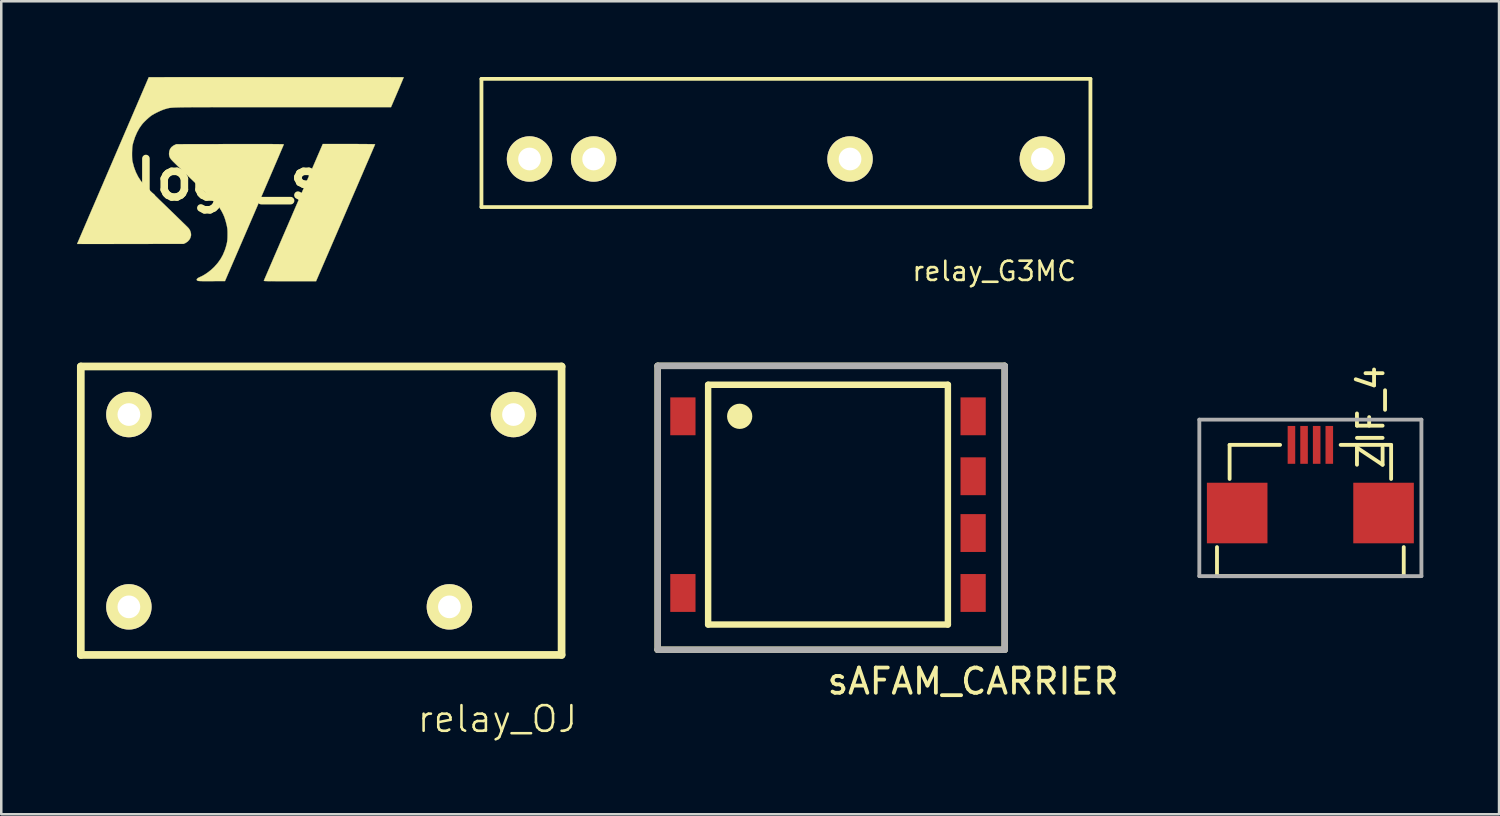
<source format=kicad_pcb>
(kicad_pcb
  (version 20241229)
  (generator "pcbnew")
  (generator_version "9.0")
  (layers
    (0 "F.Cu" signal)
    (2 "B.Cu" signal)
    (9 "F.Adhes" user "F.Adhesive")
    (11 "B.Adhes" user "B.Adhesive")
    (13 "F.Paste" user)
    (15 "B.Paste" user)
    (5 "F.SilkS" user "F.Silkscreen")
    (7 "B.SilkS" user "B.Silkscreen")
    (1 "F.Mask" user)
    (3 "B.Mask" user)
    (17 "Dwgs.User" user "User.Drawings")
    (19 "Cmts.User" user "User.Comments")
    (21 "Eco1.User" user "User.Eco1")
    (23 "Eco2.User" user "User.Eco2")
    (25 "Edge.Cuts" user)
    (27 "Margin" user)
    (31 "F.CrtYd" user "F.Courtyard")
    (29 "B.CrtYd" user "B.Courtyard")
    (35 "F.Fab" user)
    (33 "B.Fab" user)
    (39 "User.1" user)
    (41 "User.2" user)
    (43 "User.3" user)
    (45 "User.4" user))
  (footprint "sAFAM_CARRIER"
    (layer "F.Cu")
    (at 24.759 11.946)
    (property "Reference" "sAFAM_CARRIER" (at 10.75 12 0) (layer "F.SilkS") (effects (font (size 1 1) (thickness 0.15))))
    (attr smd)
    (fp_line (start -1.75 -0.5) (end 12 -0.5) (stroke (width 0.254) (type solid)) (layer "F.SilkS"))
    (fp_line (start -1.75 10.75) (end -1.75 -0.5) (stroke (width 0.254) (type solid)) (layer "F.SilkS"))
    (fp_line (start 0.25 0.25) (end 0.25 9.75) (stroke (width 0.254) (type solid)) (layer "F.SilkS"))
    (fp_line (start 0.25 0.25) (end 9.75 0.25) (stroke (width 0.254) (type solid)) (layer "F.SilkS"))
    (fp_line (start 0.25 9.75) (end 9.75 9.75) (stroke (width 0.254) (type solid)) (layer "F.SilkS"))
    (fp_line (start 9.75 0.25) (end 9.75 9.75) (stroke (width 0.254) (type solid)) (layer "F.SilkS"))
    (fp_line (start 12 -0.5) (end 12 10.75) (stroke (width 0.254) (type solid)) (layer "F.SilkS"))
    (fp_line (start 12 10.75) (end -1.75 10.75) (stroke (width 0.254) (type solid)) (layer "F.SilkS"))
    (fp_circle (center 1.5 1.5) (end 1.75 1.5) (stroke (width 0.5) (type solid)) (fill no) (layer "F.SilkS"))
    (fp_line (start -1.75 -0.5) (end 12 -0.5) (stroke (width 0.254) (type solid)) (layer "F.Fab"))
    (fp_line (start -1.75 10.75) (end -1.75 -0.5) (stroke (width 0.254) (type solid)) (layer "F.Fab"))
    (fp_line (start 12 -0.5) (end 12 10.75) (stroke (width 0.254) (type solid)) (layer "F.Fab"))
    (fp_line (start 12 10.75) (end -1.75 10.75) (stroke (width 0.254) (type solid)) (layer "F.Fab"))
    (pad "1" smd rect (at -0.75 1.5) (size 1 1.5) (layers "F.Cu" "F.Mask" "F.Paste"))
    (pad "2" smd rect (at -0.75 8.5) (size 1 1.5) (layers "F.Cu" "F.Mask" "F.Paste"))
    (pad "3" smd rect (at 10.75 8.5) (size 1 1.5) (layers "F.Cu" "F.Mask" "F.Paste"))
    (pad "4" smd rect (at 10.75 6.125) (size 1 1.5) (layers "F.Cu" "F.Mask" "F.Paste"))
    (pad "5" smd rect (at 10.75 3.875) (size 1 1.5) (layers "F.Cu" "F.Mask" "F.Paste"))
    (pad "6" smd rect (at 10.75 1.5) (size 1 1.5) (layers "F.Cu" "F.Mask" "F.Paste")))
  (footprint "relay_OJ"
    (layer "F.Cu")
    (at 9.042 17.821)
    (property "Reference" "relay_OJ" (at 7.62 7.62 0) (layer "F.SilkS") (effects (font (size 1.016 1.016) (thickness 0.102))))
    (attr through_hole)
    (fp_line (start -8.89 5.08) (end -8.89 -6.35) (stroke (width 0.305) (type solid)) (layer "F.SilkS"))
    (fp_line (start -8.89 5.08) (end 10.16 5.08) (stroke (width 0.305) (type solid)) (layer "F.SilkS"))
    (fp_line (start 10.16 -6.35) (end -8.89 -6.35) (stroke (width 0.305) (type solid)) (layer "F.SilkS"))
    (fp_line (start 10.16 5.08) (end 10.16 -6.35) (stroke (width 0.305) (type solid)) (layer "F.SilkS"))
    (pad "1" thru_hole circle (at -6.985 -4.445) (size 1.8 1.8) (drill 0.9) (layers "*.Cu" "*.Mask" "F.SilkS"))
    (pad "2" thru_hole circle (at -6.985 3.175) (size 1.8 1.8) (drill 0.9) (layers "*.Cu" "*.Mask" "F.SilkS"))
    (pad "3" thru_hole circle (at 5.715 3.175) (size 1.8 1.8) (drill 0.9) (layers "*.Cu" "*.Mask" "F.SilkS"))
    (pad "4" thru_hole circle (at 8.255 -4.445) (size 1.8 1.8) (drill 0.9) (layers "*.Cu" "*.Mask" "F.SilkS")))
  (footprint "logo_st"
    (layer "F.Cu")
    (at 6.469 4.066)
    (property "Reference" "logo_st" (at 0 0 0) (layer "F.SilkS") (effects (font (size 1.524 1.524) (thickness 0.3))))
    (attr through_hole)
    (fp_poly (pts (xy 4.498 -1.41) (xy 4.67 -1.409) (xy 4.825 -1.408) (xy 4.962 -1.407) (xy 5.08 -1.406) (xy 5.178 -1.405) (xy 5.254 -1.403) (xy 5.308 -1.402) (xy 5.338 -1.4) (xy 5.345 -1.398) (xy 5.339 -1.385) (xy 5.324 -1.35) (xy 5.3 -1.294) (xy 5.267 -1.218) (xy 5.226 -1.122) (xy 5.177 -1.009) (xy 5.121 -0.878) (xy 5.057 -0.731) (xy 4.987 -0.569) (xy 4.911 -0.393) (xy 4.83 -0.203) (xy 4.743 -0.002) (xy 4.652 0.21) (xy 4.556 0.432) (xy 4.456 0.662) (xy 4.353 0.901) (xy 4.247 1.147) (xy 4.173 1.32) (xy 3.005 4.026) (xy 1.966 4.026) (xy 1.78 4.026) (xy 1.617 4.026) (xy 1.476 4.026) (xy 1.356 4.025) (xy 1.255 4.025) (xy 1.172 4.024) (xy 1.104 4.023) (xy 1.05 4.022) (xy 1.009 4.021) (xy 0.979 4.019) (xy 0.958 4.017) (xy 0.945 4.014) (xy 0.938 4.011) (xy 0.936 4.007) (xy 0.937 4.003) (xy 0.937 4.002) (xy 0.943 3.989) (xy 0.958 3.953) (xy 0.983 3.895) (xy 1.016 3.818) (xy 1.058 3.721) (xy 1.107 3.607) (xy 1.164 3.475) (xy 1.228 3.327) (xy 1.298 3.164) (xy 1.374 2.987) (xy 1.456 2.798) (xy 1.543 2.596) (xy 1.634 2.383) (xy 1.73 2.161) (xy 1.83 1.93) (xy 1.933 1.691) (xy 2.039 1.446) (xy 2.108 1.285) (xy 3.27 -1.41) (xy 4.31 -1.41) (xy 4.498 -1.41)) (stroke (width 0.01) (type solid)) (fill yes) (layer "F.SilkS"))
    (fp_poly (pts (xy 0.768 -1.408) (xy 0.936 -1.408) (xy 1.086 -1.407) (xy 1.217 -1.407) (xy 1.33 -1.406) (xy 1.427 -1.405) (xy 1.508 -1.404) (xy 1.575 -1.403) (xy 1.628 -1.402) (xy 1.669 -1.401) (xy 1.698 -1.399) (xy 1.716 -1.397) (xy 1.725 -1.395) (xy 1.726 -1.394) (xy 1.721 -1.381) (xy 1.707 -1.346) (xy 1.683 -1.289) (xy 1.65 -1.213) (xy 1.609 -1.117) (xy 1.56 -1.003) (xy 1.504 -0.871) (xy 1.441 -0.724) (xy 1.371 -0.562) (xy 1.296 -0.386) (xy 1.214 -0.196) (xy 1.128 0.005) (xy 1.036 0.217) (xy 0.941 0.439) (xy 0.841 0.67) (xy 0.738 0.909) (xy 0.633 1.154) (xy 0.561 1.321) (xy -0.604 4.02) (xy -1.131 4.023) (xy -1.269 4.023) (xy -1.383 4.023) (xy -1.477 4.023) (xy -1.55 4.022) (xy -1.606 4.02) (xy -1.647 4.017) (xy -1.673 4.014) (xy -1.688 4.01) (xy -1.689 4.01) (xy -1.719 3.986) (xy -1.725 3.958) (xy -1.708 3.928) (xy -1.669 3.897) (xy -1.61 3.867) (xy -1.598 3.862) (xy -1.497 3.814) (xy -1.388 3.75) (xy -1.274 3.672) (xy -1.163 3.584) (xy -1.06 3.49) (xy -1.016 3.446) (xy -0.885 3.296) (xy -0.777 3.143) (xy -0.687 2.981) (xy -0.613 2.805) (xy -0.592 2.742) (xy -0.56 2.64) (xy -0.537 2.553) (xy -0.52 2.472) (xy -0.51 2.391) (xy -0.505 2.301) (xy -0.503 2.195) (xy -0.503 2.165) (xy -0.503 2.079) (xy -0.506 2.011) (xy -0.51 1.954) (xy -0.517 1.902) (xy -0.527 1.846) (xy -0.538 1.798) (xy -0.577 1.643) (xy -0.62 1.507) (xy -0.672 1.381) (xy -0.734 1.259) (xy -0.809 1.134) (xy -0.832 1.099) (xy -0.849 1.073) (xy -0.867 1.049) (xy -0.886 1.024) (xy -0.907 0.998) (xy -0.933 0.968) (xy -0.963 0.934) (xy -1 0.896) (xy -1.044 0.85) (xy -1.097 0.797) (xy -1.16 0.735) (xy -1.233 0.663) (xy -1.319 0.579) (xy -1.418 0.483) (xy -1.532 0.374) (xy -1.661 0.249) (xy -1.808 0.108) (xy -1.841 0.076) (xy -1.96 -0.038) (xy -2.075 -0.148) (xy -2.184 -0.254) (xy -2.287 -0.353) (xy -2.381 -0.444) (xy -2.466 -0.525) (xy -2.539 -0.596) (xy -2.599 -0.655) (xy -2.644 -0.699) (xy -2.673 -0.728) (xy -2.68 -0.735) (xy -2.741 -0.802) (xy -2.782 -0.861) (xy -2.807 -0.92) (xy -2.819 -0.982) (xy -2.821 -1.029) (xy -2.81 -1.13) (xy -2.778 -1.215) (xy -2.726 -1.287) (xy -2.652 -1.344) (xy -2.62 -1.361) (xy -2.534 -1.403) (xy -0.403 -1.407) (xy -0.122 -1.407) (xy 0.134 -1.408) (xy 0.367 -1.408) (xy 0.578 -1.408) (xy 0.768 -1.408)) (stroke (width 0.01) (type solid)) (fill yes) (layer "F.SilkS"))
    (fp_poly (pts (xy 3.452 -4.061) (xy 3.757 -4.061) (xy 4.05 -4.061) (xy 4.331 -4.061) (xy 4.599 -4.061) (xy 4.852 -4.06) (xy 5.091 -4.06) (xy 5.313 -4.06) (xy 5.519 -4.059) (xy 5.707 -4.059) (xy 5.877 -4.059) (xy 6.027 -4.058) (xy 6.157 -4.058) (xy 6.267 -4.057) (xy 6.354 -4.057) (xy 6.419 -4.056) (xy 6.46 -4.055) (xy 6.477 -4.055) (xy 6.477 -4.054) (xy 6.473 -4.041) (xy 6.459 -4.007) (xy 6.437 -3.954) (xy 6.408 -3.884) (xy 6.372 -3.8) (xy 6.332 -3.704) (xy 6.287 -3.598) (xy 6.238 -3.484) (xy 6.227 -3.458) (xy 5.975 -2.871) (xy 1.683 -2.87) (xy 1.287 -2.87) (xy 0.915 -2.87) (xy 0.567 -2.87) (xy 0.243 -2.87) (xy -0.06 -2.87) (xy -0.342 -2.87) (xy -0.603 -2.87) (xy -0.844 -2.87) (xy -1.067 -2.87) (xy -1.272 -2.869) (xy -1.459 -2.869) (xy -1.631 -2.868) (xy -1.786 -2.868) (xy -1.928 -2.867) (xy -2.055 -2.866) (xy -2.169 -2.865) (xy -2.272 -2.863) (xy -2.362 -2.862) (xy -2.443 -2.86) (xy -2.514 -2.858) (xy -2.576 -2.856) (xy -2.629 -2.854) (xy -2.676 -2.851) (xy -2.716 -2.848) (xy -2.751 -2.845) (xy -2.781 -2.842) (xy -2.807 -2.838) (xy -2.831 -2.834) (xy -2.852 -2.829) (xy -2.871 -2.825) (xy -2.89 -2.82) (xy -2.909 -2.814) (xy -2.929 -2.808) (xy -2.952 -2.802) (xy -2.959 -2.8) (xy -3.033 -2.777) (xy -3.121 -2.742) (xy -3.217 -2.7) (xy -3.314 -2.653) (xy -3.406 -2.605) (xy -3.485 -2.559) (xy -3.509 -2.544) (xy -3.568 -2.5) (xy -3.638 -2.442) (xy -3.712 -2.374) (xy -3.785 -2.304) (xy -3.85 -2.236) (xy -3.898 -2.179) (xy -4.001 -2.032) (xy -4.092 -1.864) (xy -4.171 -1.681) (xy -4.235 -1.484) (xy -4.263 -1.378) (xy -4.272 -1.321) (xy -4.279 -1.245) (xy -4.284 -1.156) (xy -4.287 -1.061) (xy -4.287 -0.964) (xy -4.285 -0.873) (xy -4.28 -0.794) (xy -4.272 -0.732) (xy -4.269 -0.718) (xy -4.211 -0.498) (xy -4.137 -0.297) (xy -4.046 -0.115) (xy -3.94 0.05) (xy -3.93 0.063) (xy -3.909 0.089) (xy -3.883 0.12) (xy -3.85 0.156) (xy -3.81 0.199) (xy -3.76 0.251) (xy -3.701 0.311) (xy -3.63 0.382) (xy -3.547 0.464) (xy -3.451 0.558) (xy -3.341 0.665) (xy -3.215 0.788) (xy -3.073 0.925) (xy -2.96 1.034) (xy -2.834 1.156) (xy -2.713 1.273) (xy -2.597 1.385) (xy -2.489 1.491) (xy -2.389 1.588) (xy -2.299 1.676) (xy -2.22 1.753) (xy -2.153 1.818) (xy -2.101 1.87) (xy -2.064 1.907) (xy -2.043 1.929) (xy -2.04 1.932) (xy -1.997 1.997) (xy -1.966 2.074) (xy -1.95 2.153) (xy -1.95 2.216) (xy -1.974 2.306) (xy -2.02 2.388) (xy -2.086 2.458) (xy -2.168 2.512) (xy -2.182 2.519) (xy -2.242 2.546) (xy -4.353 2.55) (xy -4.582 2.55) (xy -4.805 2.55) (xy -5.019 2.551) (xy -5.224 2.551) (xy -5.418 2.551) (xy -5.599 2.551) (xy -5.767 2.551) (xy -5.92 2.551) (xy -6.057 2.551) (xy -6.176 2.551) (xy -6.277 2.551) (xy -6.357 2.55) (xy -6.416 2.55) (xy -6.452 2.55) (xy -6.464 2.55) (xy -6.459 2.538) (xy -6.445 2.504) (xy -6.421 2.448) (xy -6.388 2.372) (xy -6.347 2.276) (xy -6.298 2.161) (xy -6.241 2.029) (xy -6.177 1.88) (xy -6.106 1.715) (xy -6.029 1.535) (xy -5.946 1.341) (xy -5.857 1.134) (xy -5.762 0.915) (xy -5.663 0.684) (xy -5.56 0.443) (xy -5.452 0.193) (xy -5.341 -0.066) (xy -5.227 -0.332) (xy -5.109 -0.605) (xy -5.044 -0.756) (xy -3.624 -4.058) (xy 1.426 -4.061) (xy 1.783 -4.061) (xy 2.133 -4.061) (xy 2.476 -4.061) (xy 2.811 -4.061) (xy 3.136 -4.061) (xy 3.452 -4.061)) (stroke (width 0.01) (type solid)) (fill yes) (layer "F.SilkS")))
  (footprint "ZIF_4"
    (layer "F.Cu")
    (at 48.872 14.578)
    (property "Reference" "ZIF_4" (at 2.4 -1.1 90) (layer "F.SilkS") (effects (font (size 1.016 1.016) (thickness 0.152))))
    (attr through_hole)
    (fp_line (start -3.7 5.2) (end -3.7 4.05) (stroke (width 0.152) (type solid)) (layer "F.SilkS"))
    (fp_line (start -3.2 0) (end -3.2 1.35) (stroke (width 0.152) (type solid)) (layer "F.SilkS"))
    (fp_line (start -3.2 0) (end -1.2 0) (stroke (width 0.152) (type solid)) (layer "F.SilkS"))
    (fp_line (start 3.2 0) (end 1.2 0) (stroke (width 0.152) (type solid)) (layer "F.SilkS"))
    (fp_line (start 3.2 0) (end 3.2 1.35) (stroke (width 0.152) (type solid)) (layer "F.SilkS"))
    (fp_line (start 3.7 5.2) (end -3.7 5.2) (stroke (width 0.152) (type solid)) (layer "F.SilkS"))
    (fp_line (start 3.7 5.2) (end 3.7 4.05) (stroke (width 0.152) (type solid)) (layer "F.SilkS"))
    (fp_line (start -4.4 -1) (end 4.4 -1) (stroke (width 0.152) (type solid)) (layer "F.Fab"))
    (fp_line (start -4.4 5.2) (end -4.4 -1) (stroke (width 0.152) (type solid)) (layer "F.Fab"))
    (fp_line (start 4.4 -1) (end 4.4 5.2) (stroke (width 0.152) (type solid)) (layer "F.Fab"))
    (fp_line (start 4.4 5.2) (end -4.4 5.2) (stroke (width 0.152) (type solid)) (layer "F.Fab"))
    (pad "1" smd rect (at 0.75 0 180) (size 0.3 1.5) (layers "F.Cu" "F.Mask" "F.Paste"))
    (pad "2" smd rect (at 0.25 0 180) (size 0.3 1.5) (layers "F.Cu" "F.Mask" "F.Paste"))
    (pad "3" smd rect (at -0.25 0 180) (size 0.3 1.5) (layers "F.Cu" "F.Mask" "F.Paste"))
    (pad "4" smd rect (at -0.75 0 180) (size 0.3 1.5) (layers "F.Cu" "F.Mask" "F.Paste"))
    (pad "~" smd rect (at -2.9 2.7) (size 2.4 2.4) (layers "F.Cu" "F.Mask" "F.Paste"))
    (pad "~" smd rect (at 2.9 2.7) (size 2.4 2.4) (layers "F.Cu" "F.Mask" "F.Paste")))
  (footprint "relay_G3MC"
    (layer "F.Cu")
    (at 26.822 3.25)
    (property "Reference" "relay_G3MC" (at 9.525 4.445 0) (layer "F.SilkS") (effects (font (size 0.762 0.762) (thickness 0.102))))
    (attr through_hole)
    (fp_line (start -10.795 -3.175) (end -10.795 1.905) (stroke (width 0.15) (type solid)) (layer "F.SilkS"))
    (fp_line (start -10.795 1.905) (end 13.335 1.905) (stroke (width 0.15) (type solid)) (layer "F.SilkS"))
    (fp_line (start 13.335 -3.175) (end -10.795 -3.175) (stroke (width 0.15) (type solid)) (layer "F.SilkS"))
    (fp_line (start 13.335 1.905) (end 13.335 -3.175) (stroke (width 0.15) (type solid)) (layer "F.SilkS"))
    (pad "1" thru_hole circle (at 11.43 0) (size 1.8 1.8) (drill 0.9) (layers "*.Cu" "*.Mask" "F.SilkS"))
    (pad "2" thru_hole circle (at 3.81 0) (size 1.8 1.8) (drill 0.9) (layers "*.Cu" "*.Mask" "F.SilkS"))
    (pad "3" thru_hole circle (at -6.35 0) (size 1.8 1.8) (drill 0.9) (layers "*.Cu" "*.Mask" "F.SilkS"))
    (pad "4" thru_hole circle (at -8.89 0) (size 1.8 1.8) (drill 0.9) (layers "*.Cu" "*.Mask" "F.SilkS")))
  (gr_rect
    (start -3 -3)
    (end 56.348 29.214)
    (stroke (width 0.1) (type default))
    (fill no)
    (layer "Edge.Cuts")))
</source>
